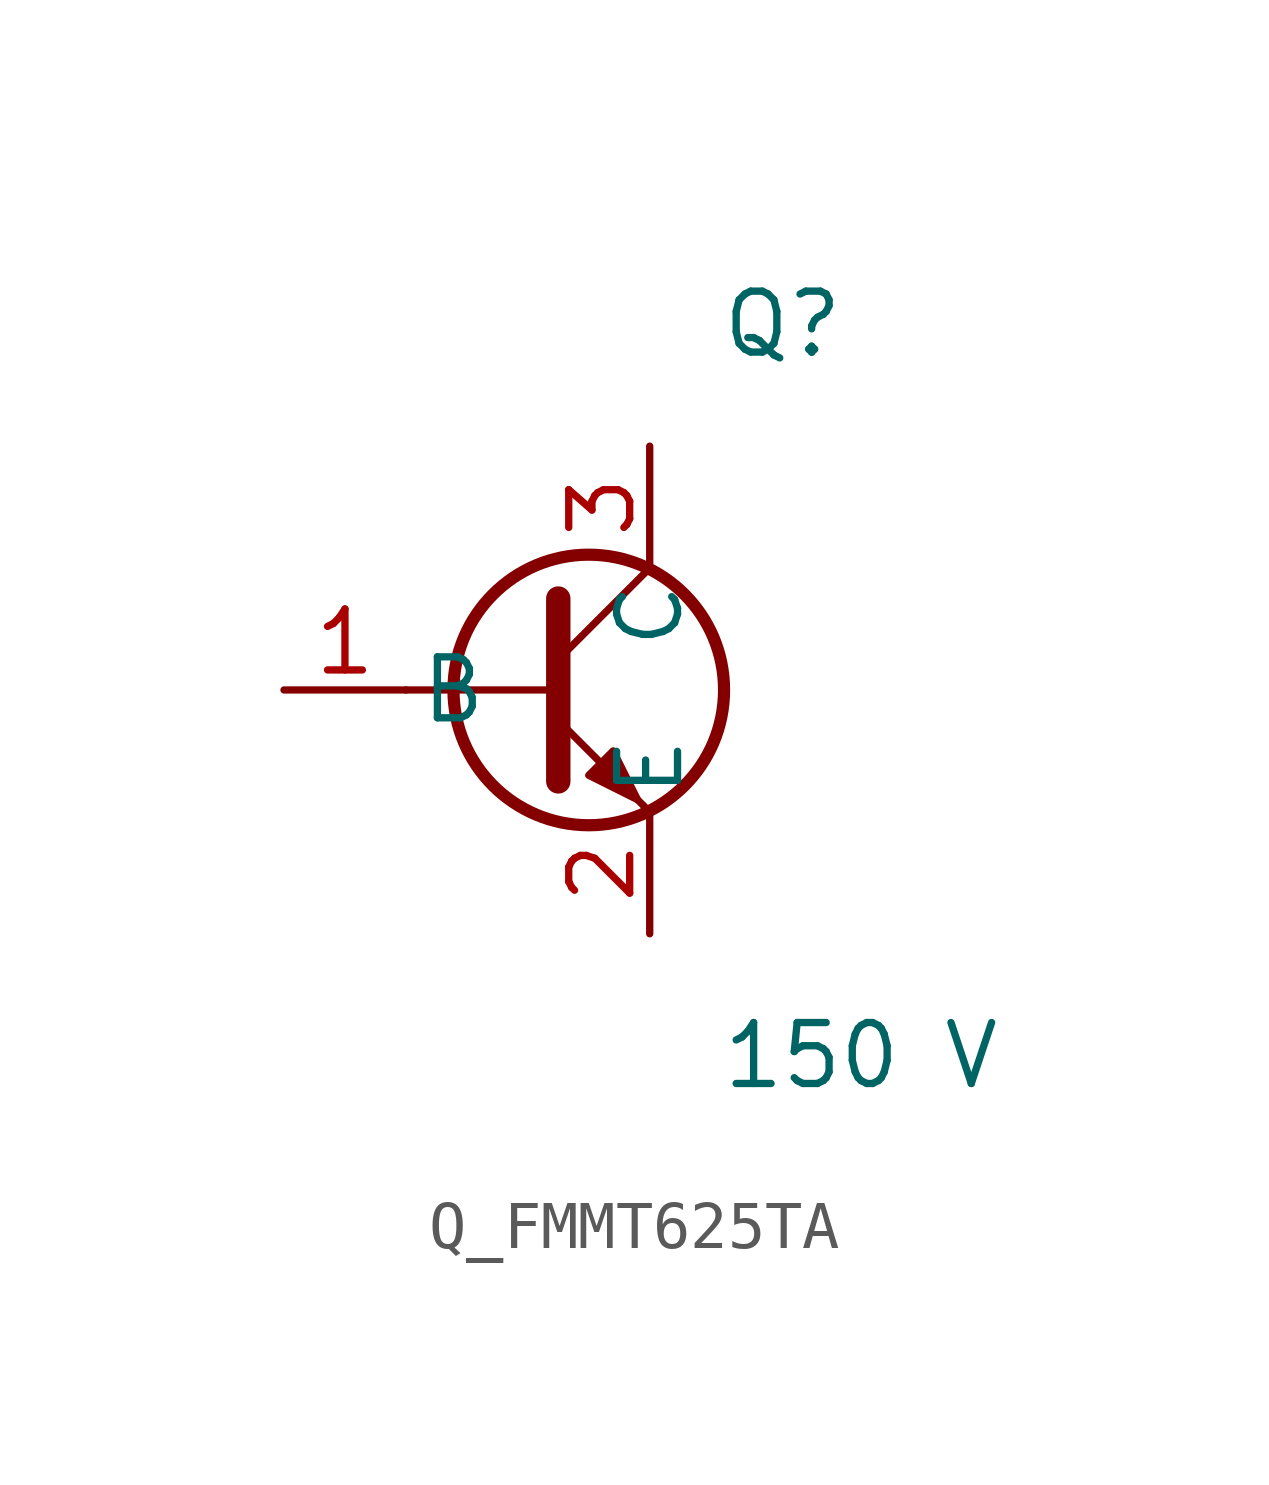
<source format=kicad_sym>
(kicad_symbol_lib
  (version 20231120)
  (generator kicad_symbol_editor)
  (generator_version 8.0)
  (symbol "Q_FMMT625TA"
    (pin_names
      (offset 0.254))
    (property "Reference" "Q"
      (at 4 7.62 0)
      (effects (font (size 1.27 1.27)) (justify left)))
    (property "Value" "150 V"
      (at 4 -7.62 0)
      (effects (font (size 1.27 1.27)) (justify left)))
    (symbol "Q_FMMT625TA_1_0"
      (polyline (pts (xy -2.54 0) (xy 0.635 0)) (stroke (width 0) (type default)) (fill (type none)))
      (polyline (pts (xy 0.635 1.905) (xy 0.635 -1.905)) (stroke (width 0.508) (type default)) (fill (type none)))
      (polyline (pts (xy 0.635 0.635) (xy 2.54 2.54)) (stroke (width 0) (type default)) (fill (type none)))
      (polyline (pts (xy 0.635 -0.635) (xy 2.54 -2.54)) (stroke (width 0) (type default)) (fill (type none)))
      (circle (center 1.27 0) (radius 2.819) (stroke (width 0.254) (type default)) (fill (type none)))
      (polyline (pts (xy 1.27 -1.778) (xy 1.778 -1.27) (xy 2.286 -2.286) (xy 1.27 -1.778)) (stroke (width 0) (type default)) (fill (type outline)))
      (pin passive line (at -5.08 0 0) (length 2.54) (name "B" (effects (font (size 1.27 1.27)))) (number "1" (effects (font (size 1.27 1.27)))))
      (pin passive line (at 2.54 5.08 270) (length 2.54) (name "C" (effects (font (size 1.27 1.27)))) (number "3" (effects (font (size 1.27 1.27)))))
      (pin passive line (at 2.54 -5.08 90) (length 2.54) (name "E" (effects (font (size 1.27 1.27)))) (number "2" (effects (font (size 1.27 1.27))))))))
</source>
